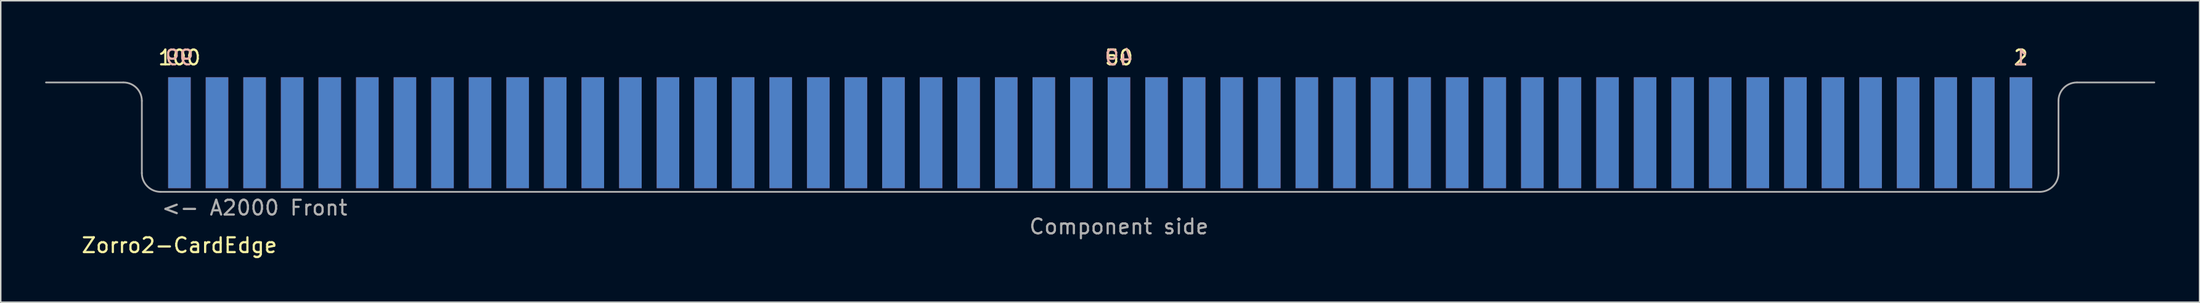
<source format=kicad_pcb>
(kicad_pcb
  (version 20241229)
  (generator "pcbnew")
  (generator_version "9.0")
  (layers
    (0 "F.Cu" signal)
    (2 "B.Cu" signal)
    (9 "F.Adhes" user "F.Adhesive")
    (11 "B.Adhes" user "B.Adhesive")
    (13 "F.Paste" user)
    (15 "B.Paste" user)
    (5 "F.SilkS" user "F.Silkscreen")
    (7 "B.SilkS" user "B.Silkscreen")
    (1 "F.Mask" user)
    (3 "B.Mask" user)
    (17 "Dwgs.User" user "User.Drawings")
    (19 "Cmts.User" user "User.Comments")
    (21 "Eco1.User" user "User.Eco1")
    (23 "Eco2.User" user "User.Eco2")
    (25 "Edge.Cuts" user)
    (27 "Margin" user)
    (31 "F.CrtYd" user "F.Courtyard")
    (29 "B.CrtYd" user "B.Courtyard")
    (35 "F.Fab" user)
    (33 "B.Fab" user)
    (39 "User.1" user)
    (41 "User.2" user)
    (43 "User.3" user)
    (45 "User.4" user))
  (footprint "Zorro2-CardEdge"
    (layer "F.Cu")
    (at 9.077 5.928)
    (property "Reference" "Zorro2-CardEdge" (at 0 7.62 180) (layer "F.SilkS") (effects (font (size 1 1) (thickness 0.15))))
    (attr through_hole)
    (fp_poly (pts (xy 128.27 5.08) (xy -3.81 5.08) (xy -3.81 -3.81) (xy 128.27 -3.81)) (stroke (width 0.1) (type solid)) (fill yes) (layer "F.Mask"))
    (fp_poly (pts (xy 128.27 5.08) (xy -3.81 5.08) (xy -3.81 -3.81) (xy 128.27 -3.81)) (stroke (width 0.1) (type solid)) (fill yes) (layer "B.Mask"))
    (fp_line (start -3.81 -3.4) (end -9.017 -3.4) (stroke (width 0.12) (type solid)) (layer "F.Fab"))
    (fp_line (start -2.54 2.73) (end -2.54 -2.159) (stroke (width 0.12) (type solid)) (layer "F.Fab"))
    (fp_line (start -1.27 4) (end 125.73 4) (stroke (width 0.12) (type solid)) (layer "F.Fab"))
    (fp_line (start 127 2.73) (end 127 -2.159) (stroke (width 0.12) (type solid)) (layer "F.Fab"))
    (fp_line (start 128.27 -3.4) (end 133.477 -3.4) (stroke (width 0.12) (type solid)) (layer "F.Fab"))
    (fp_arc (start -3.781 -3.4) (mid -2.90348 -3.03652) (end -2.54 -2.159) (stroke (width 0.12) (type solid)) (layer "F.Fab"))
    (fp_arc (start -1.27 4) (mid -2.168026 3.628026) (end -2.54 2.73) (stroke (width 0.12) (type solid)) (layer "F.Fab"))
    (fp_arc (start 127 -2.159) (mid 127.36348 -3.03652) (end 128.241 -3.4) (stroke (width 0.12) (type solid)) (layer "F.Fab"))
    (fp_arc (start 127 2.73) (mid 126.628026 3.628026) (end 125.73 4) (stroke (width 0.12) (type solid)) (layer "F.Fab"))
    (fp_text user "2" (at 124.46 -5.08 0) (layer "F.SilkS") (effects (font (size 1 1) (thickness 0.15))))
    (fp_text user "50" (at 63.5 -5.08 0) (layer "F.SilkS") (effects (font (size 1 1) (thickness 0.15))))
    (fp_text user "100" (at 0 -5.08 180) (layer "F.SilkS") (effects (font (size 1 1) (thickness 0.15))))
    (fp_text user "1" (at 124.46 -5.08 0) (layer "B.SilkS") (effects (font (size 1 1) (thickness 0.15)) (justify mirror)))
    (fp_text user "49" (at 63.5 -5.08 0) (layer "B.SilkS") (effects (font (size 1 1) (thickness 0.15)) (justify mirror)))
    (fp_text user "99" (at 0 -5.08 0) (layer "B.SilkS") (effects (font (size 1 1) (thickness 0.15)) (justify mirror)))
    (fp_text user "<- A2000 Front" (at 5.08 5.08 0) (layer "F.Fab") (effects (font (size 1 1) (thickness 0.15))))
    (fp_text user "Component side" (at 63.5 6.35 0) (layer "F.Fab") (effects (font (size 1 1) (thickness 0.15))))
    (pad "1" connect rect (at 124.46 0 180) (size 1.524 7.5) (layers "B.Cu" "B.Mask"))
    (pad "2" connect rect (at 124.46 0 180) (size 1.524 7.5) (layers "F.Cu" "F.Mask"))
    (pad "3" connect rect (at 121.92 0 180) (size 1.524 7.5) (layers "B.Cu" "B.Mask"))
    (pad "4" connect rect (at 121.92 0 180) (size 1.524 7.5) (layers "F.Cu" "F.Mask"))
    (pad "5" connect rect (at 119.38 0 180) (size 1.524 7.5) (layers "B.Cu" "B.Mask"))
    (pad "6" connect rect (at 119.38 0 180) (size 1.524 7.5) (layers "F.Cu" "F.Mask"))
    (pad "7" connect rect (at 116.84 0 180) (size 1.524 7.5) (layers "B.Cu" "B.Mask"))
    (pad "8" connect rect (at 116.84 0 180) (size 1.524 7.5) (layers "F.Cu" "F.Mask"))
    (pad "9" connect rect (at 114.3 0 180) (size 1.524 7.5) (layers "B.Cu" "B.Mask"))
    (pad "10" connect rect (at 114.3 0 180) (size 1.524 7.5) (layers "F.Cu" "F.Mask"))
    (pad "11" connect rect (at 111.76 0 180) (size 1.524 7.5) (layers "B.Cu" "B.Mask"))
    (pad "12" connect rect (at 111.76 0 180) (size 1.524 7.5) (layers "F.Cu" "F.Mask"))
    (pad "13" connect rect (at 109.22 0 180) (size 1.524 7.5) (layers "B.Cu" "B.Mask"))
    (pad "14" connect rect (at 109.22 0 180) (size 1.524 7.5) (layers "F.Cu" "F.Mask"))
    (pad "15" connect rect (at 106.68 0 180) (size 1.524 7.5) (layers "B.Cu" "B.Mask"))
    (pad "16" connect rect (at 106.68 0 180) (size 1.524 7.5) (layers "F.Cu" "F.Mask"))
    (pad "17" connect rect (at 104.14 0 180) (size 1.524 7.5) (layers "B.Cu" "B.Mask"))
    (pad "18" connect rect (at 104.14 0 180) (size 1.524 7.5) (layers "F.Cu" "F.Mask"))
    (pad "19" connect rect (at 101.6 0 180) (size 1.524 7.5) (layers "B.Cu" "B.Mask"))
    (pad "20" connect rect (at 101.6 0 180) (size 1.524 7.5) (layers "F.Cu" "F.Mask"))
    (pad "21" connect rect (at 99.06 0 180) (size 1.524 7.5) (layers "B.Cu" "B.Mask"))
    (pad "22" connect rect (at 99.06 0 180) (size 1.524 7.5) (layers "F.Cu" "F.Mask"))
    (pad "23" connect rect (at 96.52 0 180) (size 1.524 7.5) (layers "B.Cu" "B.Mask"))
    (pad "24" connect rect (at 96.52 0 180) (size 1.524 7.5) (layers "F.Cu" "F.Mask"))
    (pad "25" connect rect (at 93.98 0 180) (size 1.524 7.5) (layers "B.Cu" "B.Mask"))
    (pad "26" connect rect (at 93.98 0 180) (size 1.524 7.5) (layers "F.Cu" "F.Mask"))
    (pad "27" connect rect (at 91.44 0 180) (size 1.524 7.5) (layers "B.Cu" "B.Mask"))
    (pad "28" connect rect (at 91.44 0 180) (size 1.524 7.5) (layers "F.Cu" "F.Mask"))
    (pad "29" connect rect (at 88.9 0 180) (size 1.524 7.5) (layers "B.Cu" "B.Mask"))
    (pad "30" connect rect (at 88.9 0 180) (size 1.524 7.5) (layers "F.Cu" "F.Mask"))
    (pad "31" connect rect (at 86.36 0 180) (size 1.524 7.5) (layers "B.Cu" "B.Mask"))
    (pad "32" connect rect (at 86.36 0 180) (size 1.524 7.5) (layers "F.Cu" "F.Mask"))
    (pad "33" connect rect (at 83.82 0 180) (size 1.524 7.5) (layers "B.Cu" "B.Mask"))
    (pad "34" connect rect (at 83.82 0 180) (size 1.524 7.5) (layers "F.Cu" "F.Mask"))
    (pad "35" connect rect (at 81.28 0 180) (size 1.524 7.5) (layers "B.Cu" "B.Mask"))
    (pad "36" connect rect (at 81.28 0 180) (size 1.524 7.5) (layers "F.Cu" "F.Mask"))
    (pad "37" connect rect (at 78.74 0 180) (size 1.524 7.5) (layers "B.Cu" "B.Mask"))
    (pad "38" connect rect (at 78.74 0 180) (size 1.524 7.5) (layers "F.Cu" "F.Mask"))
    (pad "39" connect rect (at 76.2 0 180) (size 1.524 7.5) (layers "B.Cu" "B.Mask"))
    (pad "40" connect rect (at 76.2 0 180) (size 1.524 7.5) (layers "F.Cu" "F.Mask"))
    (pad "41" connect rect (at 73.66 0 180) (size 1.524 7.5) (layers "B.Cu" "B.Mask"))
    (pad "42" connect rect (at 73.66 0 180) (size 1.524 7.5) (layers "F.Cu" "F.Mask"))
    (pad "43" connect rect (at 71.12 0 180) (size 1.524 7.5) (layers "B.Cu" "B.Mask"))
    (pad "44" connect rect (at 71.12 0 180) (size 1.524 7.5) (layers "F.Cu" "F.Mask"))
    (pad "45" connect rect (at 68.58 0 180) (size 1.524 7.5) (layers "B.Cu" "B.Mask"))
    (pad "46" connect rect (at 68.58 0 180) (size 1.524 7.5) (layers "F.Cu" "F.Mask"))
    (pad "47" connect rect (at 66.04 0 180) (size 1.524 7.5) (layers "B.Cu" "B.Mask"))
    (pad "48" connect rect (at 66.04 0 180) (size 1.524 7.5) (layers "F.Cu" "F.Mask"))
    (pad "49" connect rect (at 63.5 0 180) (size 1.524 7.5) (layers "B.Cu" "B.Mask"))
    (pad "50" connect rect (at 63.5 0 180) (size 1.524 7.5) (layers "F.Cu" "F.Mask"))
    (pad "51" connect rect (at 60.96 0 180) (size 1.524 7.5) (layers "B.Cu" "B.Mask"))
    (pad "52" connect rect (at 60.96 0 180) (size 1.524 7.5) (layers "F.Cu" "F.Mask"))
    (pad "53" connect rect (at 58.42 0 180) (size 1.524 7.5) (layers "B.Cu" "B.Mask"))
    (pad "54" connect rect (at 58.42 0 180) (size 1.524 7.5) (layers "F.Cu" "F.Mask"))
    (pad "55" connect rect (at 55.88 0 180) (size 1.524 7.5) (layers "B.Cu" "B.Mask"))
    (pad "56" connect rect (at 55.88 0 180) (size 1.524 7.5) (layers "F.Cu" "F.Mask"))
    (pad "57" connect rect (at 53.34 0 180) (size 1.524 7.5) (layers "B.Cu" "B.Mask"))
    (pad "58" connect rect (at 53.34 0 180) (size 1.524 7.5) (layers "F.Cu" "F.Mask"))
    (pad "59" connect rect (at 50.8 0 180) (size 1.524 7.5) (layers "B.Cu" "B.Mask"))
    (pad "60" connect rect (at 50.8 0 180) (size 1.524 7.5) (layers "F.Cu" "F.Mask"))
    (pad "61" connect rect (at 48.26 0 180) (size 1.524 7.5) (layers "B.Cu" "B.Mask"))
    (pad "62" connect rect (at 48.26 0 180) (size 1.524 7.5) (layers "F.Cu" "F.Mask"))
    (pad "63" connect rect (at 45.72 0 180) (size 1.524 7.5) (layers "B.Cu" "B.Mask"))
    (pad "64" connect rect (at 45.72 0 180) (size 1.524 7.5) (layers "F.Cu" "F.Mask"))
    (pad "65" connect rect (at 43.18 0 180) (size 1.524 7.5) (layers "B.Cu" "B.Mask"))
    (pad "66" connect rect (at 43.18 0 180) (size 1.524 7.5) (layers "F.Cu" "F.Mask"))
    (pad "67" connect rect (at 40.64 0 180) (size 1.524 7.5) (layers "B.Cu" "B.Mask"))
    (pad "68" connect rect (at 40.64 0 180) (size 1.524 7.5) (layers "F.Cu" "F.Mask"))
    (pad "69" connect rect (at 38.1 0 180) (size 1.524 7.5) (layers "B.Cu" "B.Mask"))
    (pad "70" connect rect (at 38.1 0 180) (size 1.524 7.5) (layers "F.Cu" "F.Mask"))
    (pad "71" connect rect (at 35.56 0 180) (size 1.524 7.5) (layers "B.Cu" "B.Mask"))
    (pad "72" connect rect (at 35.56 0 180) (size 1.524 7.5) (layers "F.Cu" "F.Mask"))
    (pad "73" connect rect (at 33.02 0 180) (size 1.524 7.5) (layers "B.Cu" "B.Mask"))
    (pad "74" connect rect (at 33.02 0 180) (size 1.524 7.5) (layers "F.Cu" "F.Mask"))
    (pad "75" connect rect (at 30.48 0 180) (size 1.524 7.5) (layers "B.Cu" "B.Mask"))
    (pad "76" connect rect (at 30.48 0 180) (size 1.524 7.5) (layers "F.Cu" "F.Mask"))
    (pad "77" connect rect (at 27.94 0 180) (size 1.524 7.5) (layers "B.Cu" "B.Mask"))
    (pad "78" connect rect (at 27.94 0 180) (size 1.524 7.5) (layers "F.Cu" "F.Mask"))
    (pad "79" connect rect (at 25.4 0 180) (size 1.524 7.5) (layers "B.Cu" "B.Mask"))
    (pad "80" connect rect (at 25.4 0 180) (size 1.524 7.5) (layers "F.Cu" "F.Mask"))
    (pad "81" connect rect (at 22.86 0 180) (size 1.524 7.5) (layers "B.Cu" "B.Mask"))
    (pad "82" connect rect (at 22.86 0 180) (size 1.524 7.5) (layers "F.Cu" "F.Mask"))
    (pad "83" connect rect (at 20.32 0 180) (size 1.524 7.5) (layers "B.Cu" "B.Mask"))
    (pad "84" connect rect (at 20.32 0 180) (size 1.524 7.5) (layers "F.Cu" "F.Mask"))
    (pad "85" connect rect (at 17.78 0 180) (size 1.524 7.5) (layers "B.Cu" "B.Mask"))
    (pad "86" connect rect (at 17.78 0 180) (size 1.524 7.5) (layers "F.Cu" "F.Mask"))
    (pad "87" connect rect (at 15.24 0 180) (size 1.524 7.5) (layers "B.Cu" "B.Mask"))
    (pad "88" connect rect (at 15.24 0 180) (size 1.524 7.5) (layers "F.Cu" "F.Mask"))
    (pad "89" connect rect (at 12.7 0 180) (size 1.524 7.5) (layers "B.Cu" "B.Mask"))
    (pad "90" connect rect (at 12.7 0 180) (size 1.524 7.5) (layers "F.Cu" "F.Mask"))
    (pad "91" connect rect (at 10.16 0 180) (size 1.524 7.5) (layers "B.Cu" "B.Mask"))
    (pad "92" connect rect (at 10.16 0 180) (size 1.524 7.5) (layers "F.Cu" "F.Mask"))
    (pad "93" connect rect (at 7.62 0 180) (size 1.524 7.5) (layers "B.Cu" "B.Mask"))
    (pad "94" connect rect (at 7.62 0 180) (size 1.524 7.5) (layers "F.Cu" "F.Mask"))
    (pad "95" connect rect (at 5.08 0 180) (size 1.524 7.5) (layers "B.Cu" "B.Mask"))
    (pad "96" connect rect (at 5.08 0 180) (size 1.524 7.5) (layers "F.Cu" "F.Mask"))
    (pad "97" connect rect (at 2.54 0 180) (size 1.524 7.5) (layers "B.Cu" "B.Mask"))
    (pad "98" connect rect (at 2.54 0 180) (size 1.524 7.5) (layers "F.Cu" "F.Mask"))
    (pad "99" connect rect (at 0 0 180) (size 1.524 7.5) (layers "B.Cu" "B.Mask"))
    (pad "100" connect rect (at 0 0 180) (size 1.524 7.5) (layers "F.Cu" "F.Mask")))
  (gr_rect
    (start -3 -3)
    (end 145.614 17.396)
    (stroke (width 0.1) (type default))
    (fill no)
    (layer "Edge.Cuts")))
</source>
